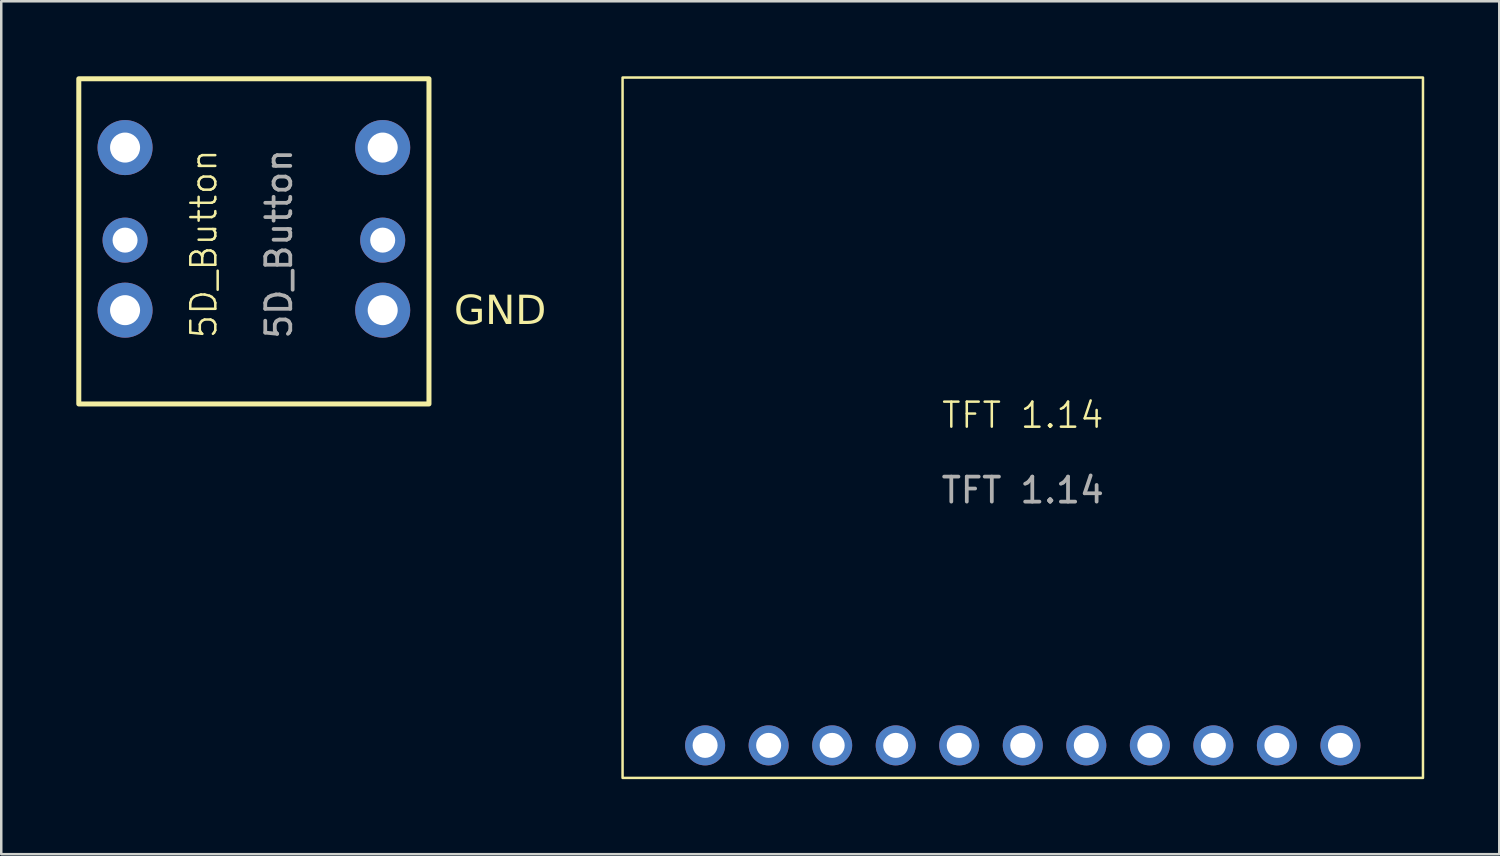
<source format=kicad_pcb>
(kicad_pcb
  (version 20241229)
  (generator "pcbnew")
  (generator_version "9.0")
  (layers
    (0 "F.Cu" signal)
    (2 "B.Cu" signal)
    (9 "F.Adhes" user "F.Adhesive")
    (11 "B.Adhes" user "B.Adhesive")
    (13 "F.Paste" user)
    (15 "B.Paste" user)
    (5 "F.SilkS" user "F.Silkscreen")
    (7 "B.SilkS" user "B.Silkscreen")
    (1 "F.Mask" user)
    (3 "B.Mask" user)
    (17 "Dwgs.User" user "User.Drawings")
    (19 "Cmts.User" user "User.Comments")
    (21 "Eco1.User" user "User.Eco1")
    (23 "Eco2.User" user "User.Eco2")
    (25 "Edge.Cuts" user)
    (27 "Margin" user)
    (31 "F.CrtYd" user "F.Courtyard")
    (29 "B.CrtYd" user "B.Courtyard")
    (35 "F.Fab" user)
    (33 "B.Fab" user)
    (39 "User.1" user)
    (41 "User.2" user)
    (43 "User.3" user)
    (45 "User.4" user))
  (footprint "TFT 1.14"
    (layer "F.Cu")
    (at 37.84 14.05)
    (property "Reference" "TFT 1.14" (at 0 -0.5 0) (unlocked yes) (layer "F.SilkS") (effects (font (size 1 1) (thickness 0.1))))
    (attr smd)
    (fp_rect (start -16 -14) (end 16 14) (stroke (width 0.1) (type default)) (fill no) (layer "F.SilkS"))
    (fp_text user "${REFERENCE}" (at 0 2.5 0) (unlocked yes) (layer "F.Fab") (effects (font (size 1 1) (thickness 0.15))))
    (pad "1" thru_hole circle (at -12.7 12.7) (size 1.6 1.6) (drill 1) (layers "*.Cu" "*.Mask"))
    (pad "2" thru_hole circle (at -10.16 12.7) (size 1.6 1.6) (drill 1) (layers "*.Cu" "*.Mask"))
    (pad "3" thru_hole circle (at -7.62 12.7) (size 1.6 1.6) (drill 1) (layers "*.Cu" "*.Mask"))
    (pad "4" thru_hole circle (at -5.08 12.7) (size 1.6 1.6) (drill 1) (layers "*.Cu" "*.Mask"))
    (pad "5" thru_hole circle (at -2.54 12.7) (size 1.6 1.6) (drill 1) (layers "*.Cu" "*.Mask"))
    (pad "6" thru_hole circle (at 0 12.7) (size 1.6 1.6) (drill 1) (layers "*.Cu" "*.Mask"))
    (pad "7" thru_hole circle (at 2.54 12.7) (size 1.6 1.6) (drill 1) (layers "*.Cu" "*.Mask"))
    (pad "8" thru_hole circle (at 5.08 12.7) (size 1.6 1.6) (drill 1) (layers "*.Cu" "*.Mask"))
    (pad "9" thru_hole circle (at 7.62 12.7) (size 1.6 1.6) (drill 1) (layers "*.Cu" "*.Mask"))
    (pad "10" thru_hole circle (at 10.16 12.7) (size 1.6 1.6) (drill 1) (layers "*.Cu" "*.Mask"))
    (pad "11" thru_hole circle (at 12.7 12.7) (size 1.6 1.6) (drill 1) (layers "*.Cu" "*.Mask"))
    (zone (net_name "") (layer "F.SilkS") (hatch edge 0.5) (connect_pads) (min_thickness 0.25) (filled_areas_thickness no) (keepout (tracks not_allowed) (vias not_allowed) (pads not_allowed) (copperpour allowed) (footprints allowed)) (placement (enabled no)) (fill) (polygon (pts (xy 21.84 0.05) (xy 53.84 0.05) (xy 53.84 28.05) (xy 21.84 28.05)))))
  (footprint "5D_Button"
    (layer "F.Cu")
    (at 7.1 6.1)
    (property "Reference" "5D_Button" (at -2 0.6 90) (unlocked yes) (layer "F.SilkS") (effects (font (size 1 1) (thickness 0.1))))
    (attr smd)
    (fp_rect (start -7 -6) (end 7 7) (stroke (width 0.2) (type solid)) (fill no) (layer "F.SilkS"))
    (fp_text user "GND" (at 8 4 0) (unlocked yes) (layer "F.SilkS") (effects (font (face "Muli") (size 1.15 1.15) (thickness 0.1)) (justify left bottom)))
    (fp_text user "${REFERENCE}" (at 1 0.6 90) (unlocked yes) (layer "F.Fab") (effects (font (size 1 1) (thickness 0.15))))
    (pad "1" thru_hole circle (at -5.15 -3.25) (size 2.2 2.2) (drill 1.2) (layers "*.Cu" "*.Mask"))
    (pad "2" thru_hole circle (at -5.15 0.45) (size 1.8 1.8) (drill 1) (layers "*.Cu" "*.Mask"))
    (pad "3" thru_hole circle (at -5.15 3.25) (size 2.2 2.2) (drill 1.2) (layers "*.Cu" "*.Mask"))
    (pad "4" thru_hole circle (at 5.15 3.25) (size 2.2 2.2) (drill 1.2) (layers "*.Cu" "*.Mask"))
    (pad "5" thru_hole circle (at 5.15 0.45) (size 1.8 1.8) (drill 1) (layers "*.Cu" "*.Mask"))
    (pad "6" thru_hole circle (at 5.15 -3.25) (size 2.2 2.2) (drill 1.2) (layers "*.Cu" "*.Mask")))
  (gr_rect
    (start -3 -3)
    (end 56.89 31.1)
    (stroke (width 0.1) (type default))
    (fill no)
    (layer "Edge.Cuts")))
</source>
